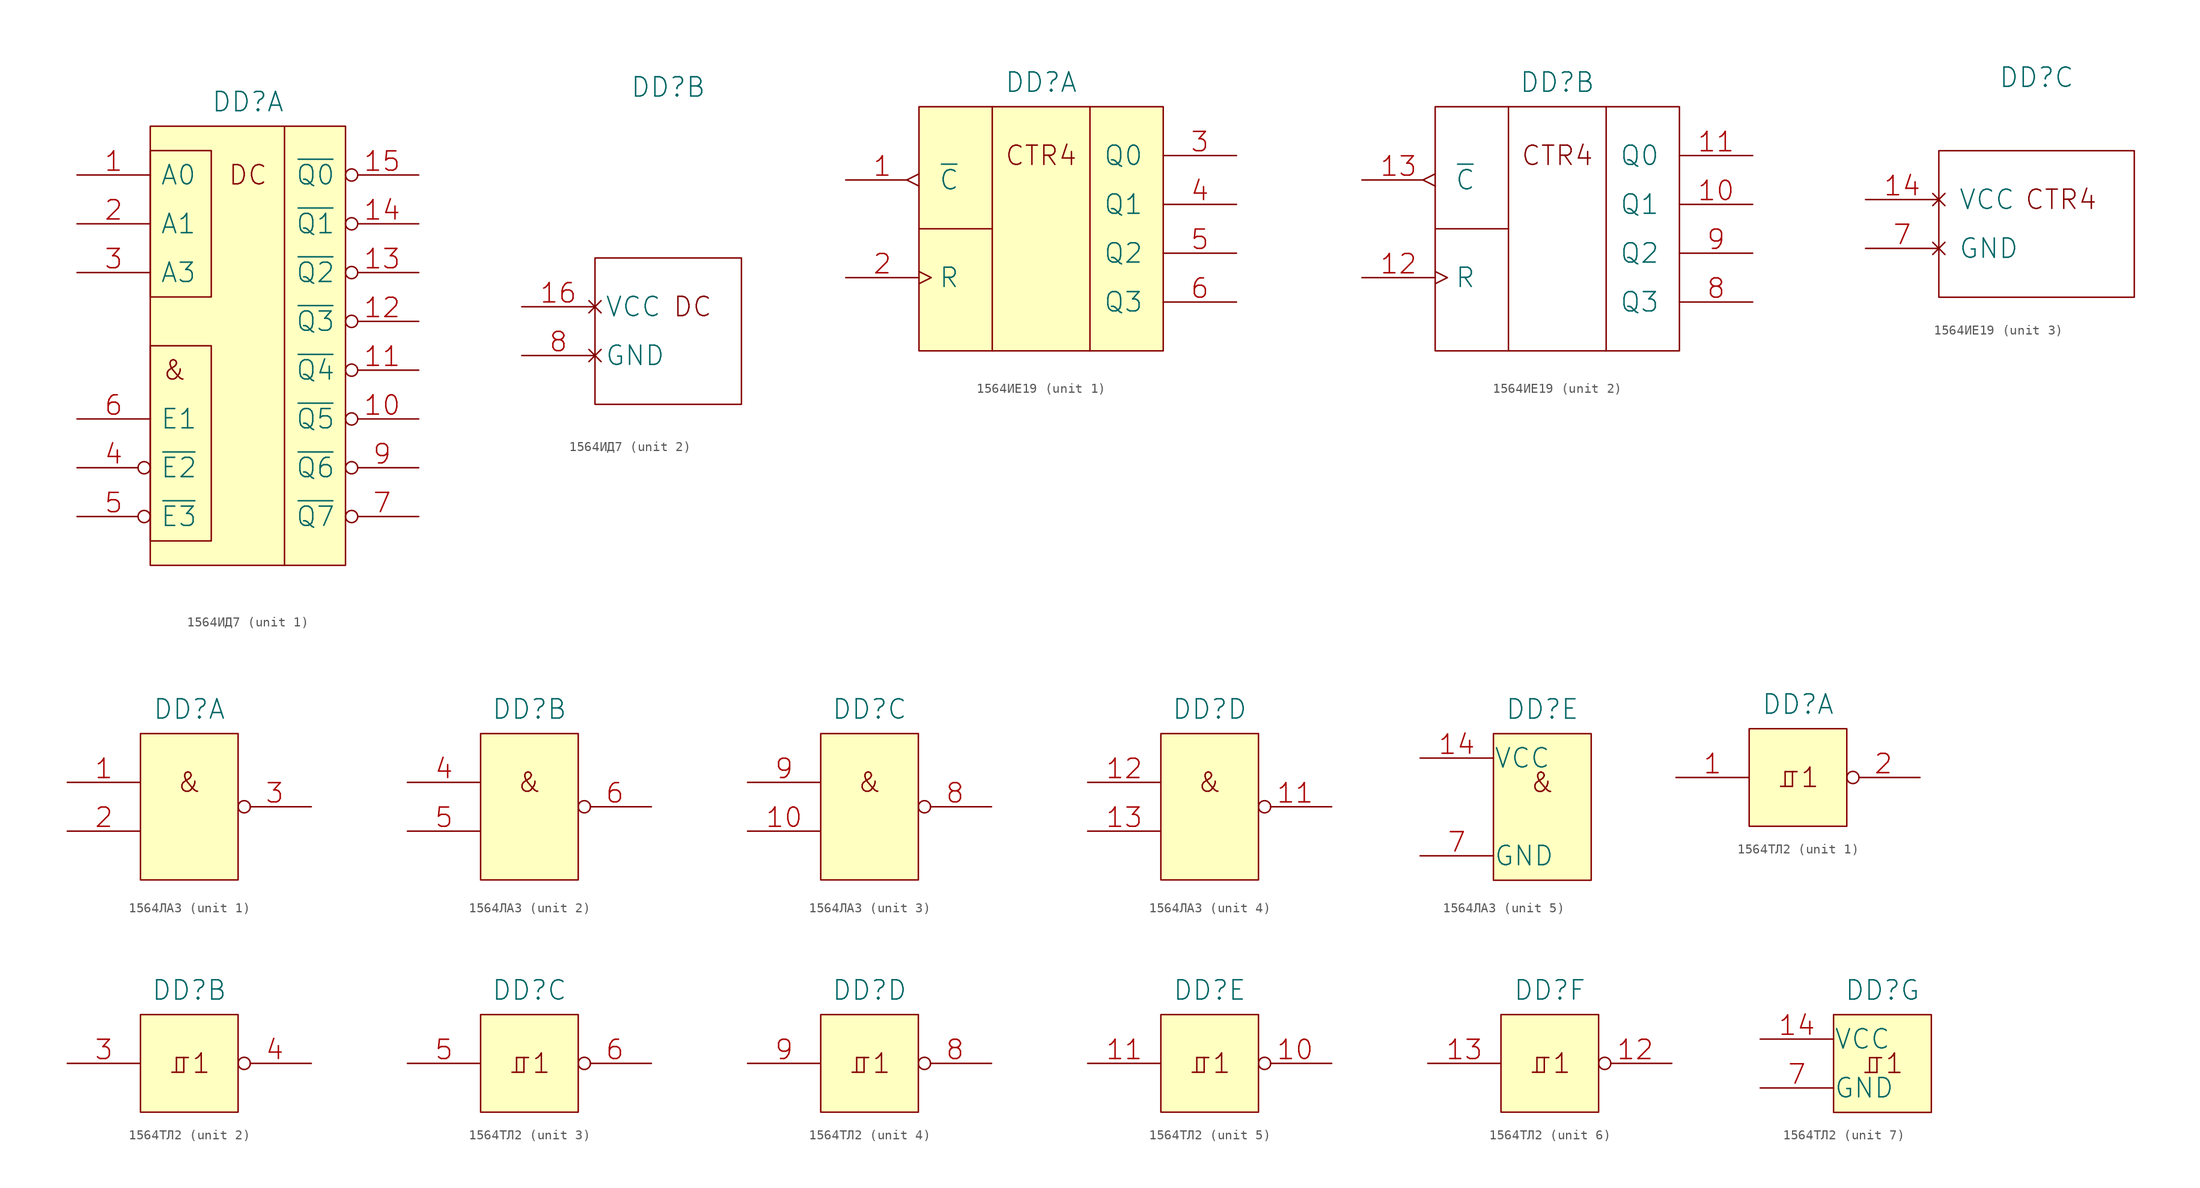
<source format=kicad_sym>
(kicad_symbol_lib
  (version 20231120)
  (generator "kicad_symbol_editor")
  (generator_version "8.0")
  (symbol "1564ИД7"
    (pin_names
      (offset 1.016))
    (property "Reference" "DD"
      (at 0 25.4 0)
      (effects (font (size 2.007 2.007))))
    (property "ki_locked" ""
      (at 0 0 0)
      (effects (font (size 1.27 1.27))))
    (symbol "1564ИД7_1_0"
      (rectangle (start -10.16 22.86) (end 10.16 -22.86) (stroke (width 0) (type solid)) (fill (type background)))
      (text "&" (at -7.62 -2.54 0) (effects (font (size 2.007 2.007))))
      (text "DC" (at 0 17.78 0) (effects (font (size 2.007 2.007)))))
    (symbol "1564ИД7_1_1"
      (rectangle (start -10.16 0) (end -3.81 -20.32) (stroke (width 0) (type solid)) (fill (type none)))
      (rectangle (start -10.16 20.32) (end -3.81 5.08) (stroke (width 0) (type solid)) (fill (type none)))
      (polyline (pts (xy 3.81 22.86) (xy 3.81 -22.86)) (stroke (width 0) (type solid)) (fill (type none)))
      (pin input line (at -17.78 17.78 0) (length 7.62) (name "A0" (effects (font (size 2.007 2.007)))) (number "1" (effects (font (size 2.007 2.007)))))
      (pin output inverted (at 17.78 -7.62 180) (length 7.62) (name "~{Q5}" (effects (font (size 2.007 2.007)))) (number "10" (effects (font (size 2.007 2.007)))))
      (pin output inverted (at 17.78 -2.54 180) (length 7.62) (name "~{Q4}" (effects (font (size 2.007 2.007)))) (number "11" (effects (font (size 2.007 2.007)))))
      (pin output inverted (at 17.78 2.54 180) (length 7.62) (name "~{Q3}" (effects (font (size 2.007 2.007)))) (number "12" (effects (font (size 2.007 2.007)))))
      (pin output inverted (at 17.78 7.62 180) (length 7.62) (name "~{Q2}" (effects (font (size 2.007 2.007)))) (number "13" (effects (font (size 2.007 2.007)))))
      (pin output inverted (at 17.78 12.7 180) (length 7.62) (name "~{Q1}" (effects (font (size 2.007 2.007)))) (number "14" (effects (font (size 2.007 2.007)))))
      (pin output inverted (at 17.78 17.78 180) (length 7.62) (name "~{Q0}" (effects (font (size 2.007 2.007)))) (number "15" (effects (font (size 2.007 2.007)))))
      (pin input line (at -17.78 12.7 0) (length 7.62) (name "A1" (effects (font (size 2.007 2.007)))) (number "2" (effects (font (size 2.007 2.007)))))
      (pin input line (at -17.78 7.62 0) (length 7.62) (name "A3" (effects (font (size 2.007 2.007)))) (number "3" (effects (font (size 2.007 2.007)))))
      (pin input inverted (at -17.78 -12.7 0) (length 7.62) (name "~{E2}" (effects (font (size 2.007 2.007)))) (number "4" (effects (font (size 2.007 2.007)))))
      (pin input inverted (at -17.78 -17.78 0) (length 7.62) (name "~{E3}" (effects (font (size 2.007 2.007)))) (number "5" (effects (font (size 2.007 2.007)))))
      (pin input line (at -17.78 -7.62 0) (length 7.62) (name "E1" (effects (font (size 2.007 2.007)))) (number "6" (effects (font (size 2.007 2.007)))))
      (pin output inverted (at 17.78 -17.78 180) (length 7.62) (name "~{Q7}" (effects (font (size 2.007 2.007)))) (number "7" (effects (font (size 2.007 2.007)))))
      (pin output inverted (at 17.78 -12.7 180) (length 7.62) (name "~{Q6}" (effects (font (size 2.007 2.007)))) (number "9" (effects (font (size 2.007 2.007))))))
    (symbol "1564ИД7_2_0"
      (rectangle (start -7.62 7.62) (end 7.62 -7.62) (stroke (width 0) (type solid)) (fill (type none)))
      (text "DC" (at 2.54 2.54 0) (effects (font (size 2.007 2.007)))))
    (symbol "1564ИД7_2_1"
      (pin power_in non_logic (at -15.24 2.54 0) (length 7.62) (name "VCC" (effects (font (size 2.007 2.007)))) (number "16" (effects (font (size 2.007 2.007)))))
      (pin power_in non_logic (at -15.24 -2.54 0) (length 7.62) (name "GND" (effects (font (size 2.007 2.007)))) (number "8" (effects (font (size 2.007 2.007)))))))
  (symbol "1564ИЕ19"
    (pin_names
      (offset 2.032))
    (property "Reference" "DD"
      (at 0 15.24 0)
      (effects (font (size 2.007 2.007))))
    (symbol "1564ИЕ19_1_0"
      (rectangle (start -12.7 12.7) (end 12.7 -12.7) (stroke (width 0) (type solid)) (fill (type background)))
      (text "CTR4" (at 0 7.62 0) (effects (font (size 2.007 2.007)))))
    (symbol "1564ИЕ19_1_1"
      (polyline (pts (xy -12.7 0) (xy -5.08 0)) (stroke (width 0) (type solid)) (fill (type none)))
      (polyline (pts (xy -5.08 12.7) (xy -5.08 -12.7)) (stroke (width 0) (type solid)) (fill (type none)))
      (polyline (pts (xy 5.08 12.7) (xy 5.08 -12.7)) (stroke (width 0) (type solid)) (fill (type none)))
      (pin input edge_clock_high (at -20.32 5.08 0) (length 7.62) (name "~{C}" (effects (font (size 2.007 2.007)))) (number "1" (effects (font (size 2.007 2.007)))))
      (pin input clock (at -20.32 -5.08 0) (length 7.62) (name "R" (effects (font (size 2.007 2.007)))) (number "2" (effects (font (size 2.007 2.007)))))
      (pin output line (at 20.32 7.62 180) (length 7.62) (name "Q0" (effects (font (size 2.007 2.007)))) (number "3" (effects (font (size 2.007 2.007)))))
      (pin output line (at 20.32 2.54 180) (length 7.62) (name "Q1" (effects (font (size 2.007 2.007)))) (number "4" (effects (font (size 2.007 2.007)))))
      (pin output line (at 20.32 -2.54 180) (length 7.62) (name "Q2" (effects (font (size 2.007 2.007)))) (number "5" (effects (font (size 2.007 2.007)))))
      (pin output line (at 20.32 -7.62 180) (length 7.62) (name "Q3" (effects (font (size 2.007 2.007)))) (number "6" (effects (font (size 2.007 2.007))))))
    (symbol "1564ИЕ19_2_0"
      (rectangle (start -12.7 12.7) (end 12.7 -12.7) (stroke (width 0) (type solid)) (fill (type none)))
      (text "CTR4" (at 0 7.62 0) (effects (font (size 2.007 2.007)))))
    (symbol "1564ИЕ19_2_1"
      (polyline (pts (xy -12.7 0) (xy -5.08 0)) (stroke (width 0) (type solid)) (fill (type none)))
      (polyline (pts (xy -5.08 12.7) (xy -5.08 -12.7)) (stroke (width 0) (type solid)) (fill (type none)))
      (polyline (pts (xy 5.08 12.7) (xy 5.08 -12.7)) (stroke (width 0) (type solid)) (fill (type none)))
      (pin output line (at 20.32 2.54 180) (length 7.62) (name "Q1" (effects (font (size 2.007 2.007)))) (number "10" (effects (font (size 2.007 2.007)))))
      (pin output line (at 20.32 7.62 180) (length 7.62) (name "Q0" (effects (font (size 2.007 2.007)))) (number "11" (effects (font (size 2.007 2.007)))))
      (pin input clock (at -20.32 -5.08 0) (length 7.62) (name "R" (effects (font (size 2.007 2.007)))) (number "12" (effects (font (size 2.007 2.007)))))
      (pin input edge_clock_high (at -20.32 5.08 0) (length 7.62) (name "~{C}" (effects (font (size 2.007 2.007)))) (number "13" (effects (font (size 2.007 2.007)))))
      (pin output line (at 20.32 -7.62 180) (length 7.62) (name "Q3" (effects (font (size 2.007 2.007)))) (number "8" (effects (font (size 2.007 2.007)))))
      (pin output line (at 20.32 -2.54 180) (length 7.62) (name "Q2" (effects (font (size 2.007 2.007)))) (number "9" (effects (font (size 2.007 2.007))))))
    (symbol "1564ИЕ19_3_0"
      (rectangle (start -10.16 7.62) (end 10.16 -7.62) (stroke (width 0) (type solid)) (fill (type none)))
      (text "CTR4" (at 2.54 2.54 0) (effects (font (size 2.007 2.007)))))
    (symbol "1564ИЕ19_3_1"
      (pin power_in non_logic (at -17.78 2.54 0) (length 7.62) (name "VCC" (effects (font (size 2.007 2.007)))) (number "14" (effects (font (size 2.007 2.007)))))
      (pin power_in non_logic (at -17.78 -2.54 0) (length 7.62) (name "GND" (effects (font (size 2.007 2.007)))) (number "7" (effects (font (size 2.007 2.007)))))))
  (symbol "1564ЛА3"
    (pin_names
      (offset 0.025))
    (property "Reference" "DD"
      (at 0 10.16 0)
      (effects (font (size 2.007 2.007))))
    (property "ki_locked" ""
      (at 0 0 0)
      (effects (font (size 1.27 1.27))))
    (symbol "1564ЛА3_0_0"
      (text "&" (at 0 2.54 0) (effects (font (size 2.007 2.007)))))
    (symbol "1564ЛА3_0_1"
      (rectangle (start -5.08 7.62) (end 5.08 -7.62) (stroke (width 0) (type solid)) (fill (type background))))
    (symbol "1564ЛА3_1_1"
      (pin input line (at -12.7 2.54 0) (length 7.62) (name "~" (effects (font (size 2.007 2.007)))) (number "1" (effects (font (size 2.007 2.007)))))
      (pin input line (at -12.7 -2.54 0) (length 7.62) (name "~" (effects (font (size 2.007 2.007)))) (number "2" (effects (font (size 2.007 2.007)))))
      (pin output inverted (at 12.7 0 180) (length 7.62) (name "~" (effects (font (size 2.007 2.007)))) (number "3" (effects (font (size 2.007 2.007))))))
    (symbol "1564ЛА3_2_1"
      (pin input line (at -12.7 2.54 0) (length 7.62) (name "~" (effects (font (size 2.007 2.007)))) (number "4" (effects (font (size 2.007 2.007)))))
      (pin input line (at -12.7 -2.54 0) (length 7.62) (name "~" (effects (font (size 2.007 2.007)))) (number "5" (effects (font (size 2.007 2.007)))))
      (pin output inverted (at 12.7 0 180) (length 7.62) (name "~" (effects (font (size 2.007 2.007)))) (number "6" (effects (font (size 2.007 2.007))))))
    (symbol "1564ЛА3_3_1"
      (pin input line (at -12.7 -2.54 0) (length 7.62) (name "~" (effects (font (size 2.007 2.007)))) (number "10" (effects (font (size 2.007 2.007)))))
      (pin output inverted (at 12.7 0 180) (length 7.62) (name "~" (effects (font (size 2.007 2.007)))) (number "8" (effects (font (size 2.007 2.007)))))
      (pin input line (at -12.7 2.54 0) (length 7.62) (name "~" (effects (font (size 2.007 2.007)))) (number "9" (effects (font (size 2.007 2.007))))))
    (symbol "1564ЛА3_4_1"
      (pin output inverted (at 12.7 0 180) (length 7.62) (name "~" (effects (font (size 2.007 2.007)))) (number "11" (effects (font (size 2.007 2.007)))))
      (pin input line (at -12.7 2.54 0) (length 7.62) (name "~" (effects (font (size 2.007 2.007)))) (number "12" (effects (font (size 2.007 2.007)))))
      (pin input line (at -12.7 -2.54 0) (length 7.62) (name "~" (effects (font (size 2.007 2.007)))) (number "13" (effects (font (size 2.007 2.007))))))
    (symbol "1564ЛА3_5_1"
      (pin power_in line (at -12.7 5.08 0) (length 7.62) (name "VCC" (effects (font (size 2.007 2.007)))) (number "14" (effects (font (size 2.007 2.007)))))
      (pin power_in line (at -12.7 -5.08 0) (length 7.62) (name "GND" (effects (font (size 2.007 2.007)))) (number "7" (effects (font (size 2.007 2.007)))))))
  (symbol "1564ТЛ2"
    (pin_names
      (offset 0.025))
    (property "Reference" "DD"
      (at 0 7.62 0)
      (effects (font (size 2.007 2.007))))
    (property "ki_locked" ""
      (at 0 0 0)
      (effects (font (size 1.27 1.27))))
    (symbol "1564ТЛ2_0_0"
      (text "⎎1" (at 0 0 0) (effects (font (size 2.007 2.007)))))
    (symbol "1564ТЛ2_0_1"
      (rectangle (start -5.08 5.08) (end 5.08 -5.08) (stroke (width 0) (type solid)) (fill (type background))))
    (symbol "1564ТЛ2_1_1"
      (pin input line (at -12.7 0 0) (length 7.62) (name "~" (effects (font (size 2.007 2.007)))) (number "1" (effects (font (size 2.007 2.007)))))
      (pin output inverted (at 12.7 0 180) (length 7.62) (name "~" (effects (font (size 2.007 2.007)))) (number "2" (effects (font (size 2.007 2.007))))))
    (symbol "1564ТЛ2_2_1"
      (pin input line (at -12.7 0 0) (length 7.62) (name "~" (effects (font (size 2.007 2.007)))) (number "3" (effects (font (size 2.007 2.007)))))
      (pin output inverted (at 12.7 0 180) (length 7.62) (name "~" (effects (font (size 2.007 2.007)))) (number "4" (effects (font (size 2.007 2.007))))))
    (symbol "1564ТЛ2_3_1"
      (pin input line (at -12.7 0 0) (length 7.62) (name "~" (effects (font (size 2.007 2.007)))) (number "5" (effects (font (size 2.007 2.007)))))
      (pin output inverted (at 12.7 0 180) (length 7.62) (name "~" (effects (font (size 2.007 2.007)))) (number "6" (effects (font (size 2.007 2.007))))))
    (symbol "1564ТЛ2_4_1"
      (pin output inverted (at 12.7 0 180) (length 7.62) (name "~" (effects (font (size 2.007 2.007)))) (number "8" (effects (font (size 2.007 2.007)))))
      (pin input line (at -12.7 0 0) (length 7.62) (name "~" (effects (font (size 2.007 2.007)))) (number "9" (effects (font (size 2.007 2.007))))))
    (symbol "1564ТЛ2_5_1"
      (pin output inverted (at 12.7 0 180) (length 7.62) (name "~" (effects (font (size 2.007 2.007)))) (number "10" (effects (font (size 2.007 2.007)))))
      (pin input line (at -12.7 0 0) (length 7.62) (name "~" (effects (font (size 2.007 2.007)))) (number "11" (effects (font (size 2.007 2.007))))))
    (symbol "1564ТЛ2_6_1"
      (pin output inverted (at 12.7 0 180) (length 7.62) (name "~" (effects (font (size 2.007 2.007)))) (number "12" (effects (font (size 2.007 2.007)))))
      (pin input line (at -12.7 0 0) (length 7.62) (name "~" (effects (font (size 2.007 2.007)))) (number "13" (effects (font (size 2.007 2.007))))))
    (symbol "1564ТЛ2_7_1"
      (pin power_in line (at -12.7 2.54 0) (length 7.62) (name "VCC" (effects (font (size 2.007 2.007)))) (number "14" (effects (font (size 2.007 2.007)))))
      (pin power_in line (at -12.7 -2.54 0) (length 7.62) (name "GND" (effects (font (size 2.007 2.007)))) (number "7" (effects (font (size 2.007 2.007))))))))
</source>
